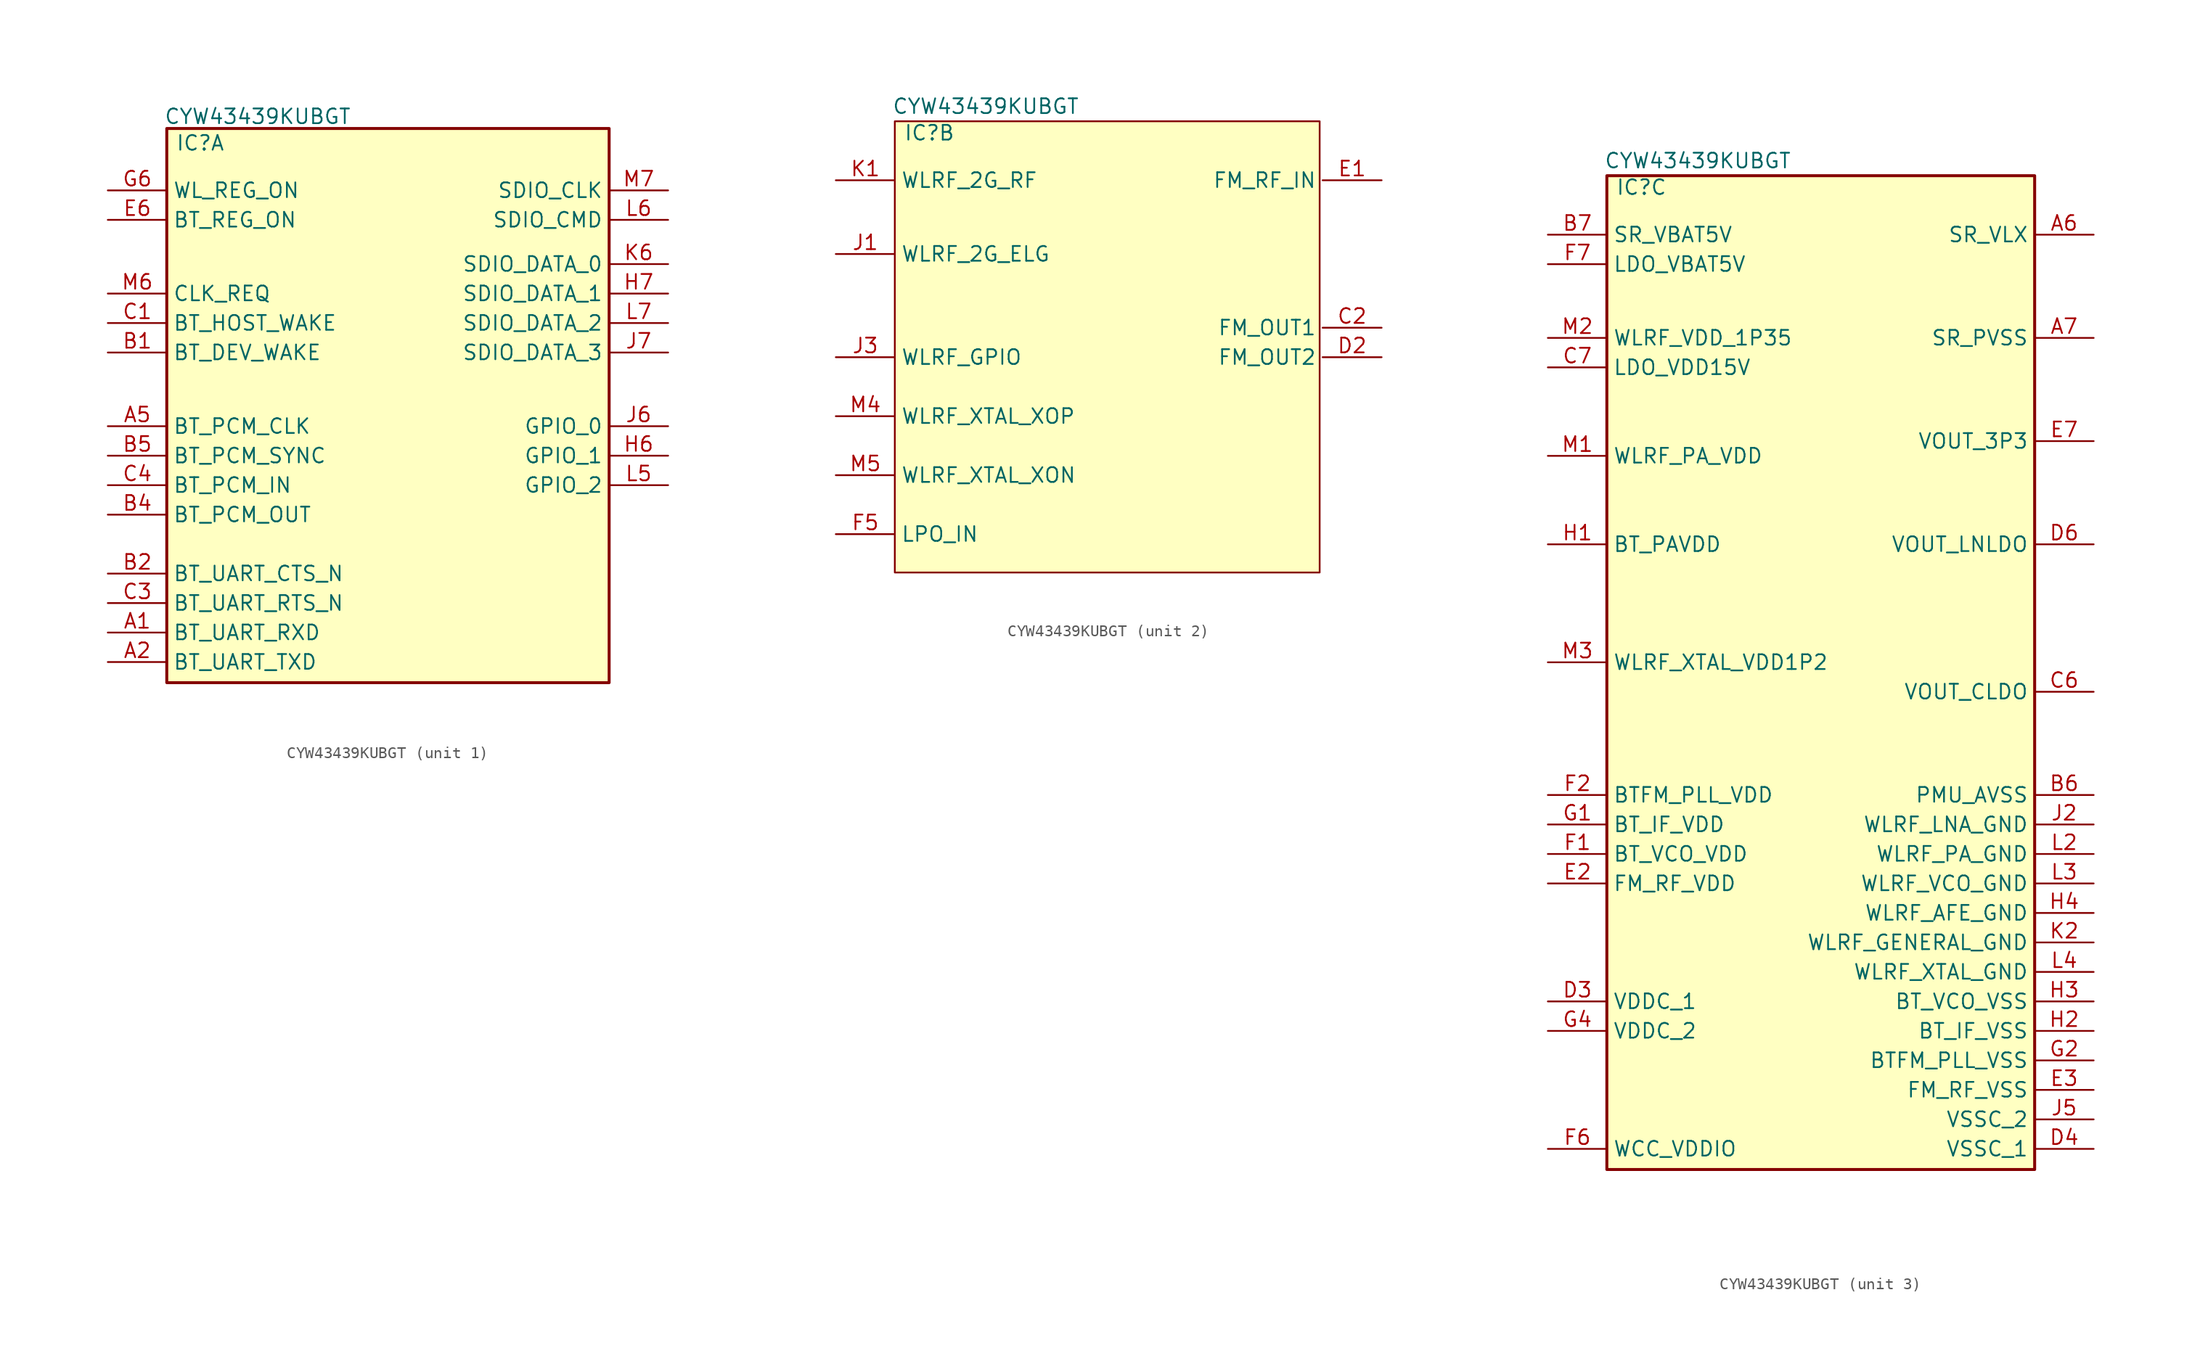
<source format=kicad_sym>
(kicad_symbol_lib
  (version 20231120)
  (generator "kicad_symbol_editor")
  (generator_version "8.0")
  (symbol "CYW43439KUBGT"
    (property "Reference" "IC"
      (at 0.762 -0.254 0)
      (effects (font (size 1.27 1.27)) (justify left top)))
    (property "Value" "CYW43439KUBGT"
      (at -0.254 2.032 0)
      (effects (font (size 1.27 1.27)) (justify left top)))
    (property "ki_locked" ""
      (at 0 0 0)
      (effects (font (size 1.27 1.27))))
    (symbol "CYW43439KUBGT_1_1"
      (rectangle (start 0 0.254) (end 38.1 -47.498) (stroke (width 0.254) (type default) (color 132 0 0 1)) (fill (type background)))
      (pin passive line (at -5.08 -43.18 0) (length 5.08) (name "BT_UART_RXD" (effects (font (size 1.27 1.27)))) (number "A1" (effects (font (size 1.27 1.27)))))
      (pin passive line (at -5.08 -45.72 0) (length 5.08) (name "BT_UART_TXD" (effects (font (size 1.27 1.27)))) (number "A2" (effects (font (size 1.27 1.27)))))
      (pin passive line (at -5.08 -25.4 0) (length 5.08) (name "BT_PCM_CLK" (effects (font (size 1.27 1.27)))) (number "A5" (effects (font (size 1.27 1.27)))))
      (pin passive line (at -5.08 -19.05 0) (length 5.08) (name "BT_DEV_WAKE" (effects (font (size 1.27 1.27)))) (number "B1" (effects (font (size 1.27 1.27)))))
      (pin passive line (at -5.08 -38.1 0) (length 5.08) (name "BT_UART_CTS_N" (effects (font (size 1.27 1.27)))) (number "B2" (effects (font (size 1.27 1.27)))))
      (pin passive line (at -5.08 -33.02 0) (length 5.08) (name "BT_PCM_OUT" (effects (font (size 1.27 1.27)))) (number "B4" (effects (font (size 1.27 1.27)))))
      (pin passive line (at -5.08 -27.94 0) (length 5.08) (name "BT_PCM_SYNC" (effects (font (size 1.27 1.27)))) (number "B5" (effects (font (size 1.27 1.27)))))
      (pin passive line (at -5.08 -16.51 0) (length 5.08) (name "BT_HOST_WAKE" (effects (font (size 1.27 1.27)))) (number "C1" (effects (font (size 1.27 1.27)))))
      (pin passive line (at -5.08 -40.64 0) (length 5.08) (name "BT_UART_RTS_N" (effects (font (size 1.27 1.27)))) (number "C3" (effects (font (size 1.27 1.27)))))
      (pin passive line (at -5.08 -30.48 0) (length 5.08) (name "BT_PCM_IN" (effects (font (size 1.27 1.27)))) (number "C4" (effects (font (size 1.27 1.27)))))
      (pin passive line (at -5.08 -7.62 0) (length 5.08) (name "BT_REG_ON" (effects (font (size 1.27 1.27)))) (number "E6" (effects (font (size 1.27 1.27)))))
      (pin passive line (at -5.08 -5.08 0) (length 5.08) (name "WL_REG_ON" (effects (font (size 1.27 1.27)))) (number "G6" (effects (font (size 1.27 1.27)))))
      (pin passive line (at 43.18 -27.94 180) (length 5.08) (name "GPIO_1" (effects (font (size 1.27 1.27)))) (number "H6" (effects (font (size 1.27 1.27)))))
      (pin passive line (at 43.18 -13.97 180) (length 5.08) (name "SDIO_DATA_1" (effects (font (size 1.27 1.27)))) (number "H7" (effects (font (size 1.27 1.27)))))
      (pin passive line (at 43.18 -25.4 180) (length 5.08) (name "GPIO_0" (effects (font (size 1.27 1.27)))) (number "J6" (effects (font (size 1.27 1.27)))))
      (pin passive line (at 43.18 -19.05 180) (length 5.08) (name "SDIO_DATA_3" (effects (font (size 1.27 1.27)))) (number "J7" (effects (font (size 1.27 1.27)))))
      (pin passive line (at 43.18 -11.43 180) (length 5.08) (name "SDIO_DATA_0" (effects (font (size 1.27 1.27)))) (number "K6" (effects (font (size 1.27 1.27)))))
      (pin passive line (at 43.18 -30.48 180) (length 5.08) (name "GPIO_2" (effects (font (size 1.27 1.27)))) (number "L5" (effects (font (size 1.27 1.27)))))
      (pin passive line (at 43.18 -7.62 180) (length 5.08) (name "SDIO_CMD" (effects (font (size 1.27 1.27)))) (number "L6" (effects (font (size 1.27 1.27)))))
      (pin passive line (at 43.18 -16.51 180) (length 5.08) (name "SDIO_DATA_2" (effects (font (size 1.27 1.27)))) (number "L7" (effects (font (size 1.27 1.27)))))
      (pin passive line (at -5.08 -13.97 0) (length 5.08) (name "CLK_REQ" (effects (font (size 1.27 1.27)))) (number "M6" (effects (font (size 1.27 1.27)))))
      (pin passive line (at 43.18 -5.08 180) (length 5.08) (name "SDIO_CLK" (effects (font (size 1.27 1.27)))) (number "M7" (effects (font (size 1.27 1.27))))))
    (symbol "CYW43439KUBGT_2_1"
      (rectangle (start 0 0) (end 36.576 -38.862) (stroke (width 0) (type default)) (fill (type background)))
      (pin passive line (at 41.91 -17.78 180) (length 5.08) (name "FM_OUT1" (effects (font (size 1.27 1.27)))) (number "C2" (effects (font (size 1.27 1.27)))))
      (pin passive line (at 41.91 -20.32 180) (length 5.08) (name "FM_OUT2" (effects (font (size 1.27 1.27)))) (number "D2" (effects (font (size 1.27 1.27)))))
      (pin passive line (at 41.91 -5.08 180) (length 5.08) (name "FM_RF_IN" (effects (font (size 1.27 1.27)))) (number "E1" (effects (font (size 1.27 1.27)))))
      (pin passive line (at -5.08 -35.56 0) (length 5.08) (name "LPO_IN" (effects (font (size 1.27 1.27)))) (number "F5" (effects (font (size 1.27 1.27)))))
      (pin passive line (at -5.08 -11.43 0) (length 5.08) (name "WLRF_2G_ELG" (effects (font (size 1.27 1.27)))) (number "J1" (effects (font (size 1.27 1.27)))))
      (pin passive line (at -5.08 -20.32 0) (length 5.08) (name "WLRF_GPIO" (effects (font (size 1.27 1.27)))) (number "J3" (effects (font (size 1.27 1.27)))))
      (pin passive line (at -5.08 -5.08 0) (length 5.08) (name "WLRF_2G_RF" (effects (font (size 1.27 1.27)))) (number "K1" (effects (font (size 1.27 1.27)))))
      (pin passive line (at -5.08 -25.4 0) (length 5.08) (name "WLRF_XTAL_XOP" (effects (font (size 1.27 1.27)))) (number "M4" (effects (font (size 1.27 1.27)))))
      (pin passive line (at -5.08 -30.48 0) (length 5.08) (name "WLRF_XTAL_XON" (effects (font (size 1.27 1.27)))) (number "M5" (effects (font (size 1.27 1.27))))))
    (symbol "CYW43439KUBGT_3_1"
      (rectangle (start 0 0) (end 36.83 -85.598) (stroke (width 0.254) (type default)) (fill (type background)))
      (pin passive line (at 41.91 -5.08 180) (length 5.08) (name "SR_VLX" (effects (font (size 1.27 1.27)))) (number "A6" (effects (font (size 1.27 1.27)))))
      (pin passive line (at 41.91 -13.97 180) (length 5.08) (name "SR_PVSS" (effects (font (size 1.27 1.27)))) (number "A7" (effects (font (size 1.27 1.27)))))
      (pin passive line (at 41.91 -53.34 180) (length 5.08) (name "PMU_AVSS" (effects (font (size 1.27 1.27)))) (number "B6" (effects (font (size 1.27 1.27)))))
      (pin passive line (at -5.08 -5.08 0) (length 5.08) (name "SR_VBAT5V" (effects (font (size 1.27 1.27)))) (number "B7" (effects (font (size 1.27 1.27)))))
      (pin passive line (at 41.91 -44.45 180) (length 5.08) (name "VOUT_CLDO" (effects (font (size 1.27 1.27)))) (number "C6" (effects (font (size 1.27 1.27)))))
      (pin passive line (at -5.08 -16.51 0) (length 5.08) (name "LDO_VDD15V" (effects (font (size 1.27 1.27)))) (number "C7" (effects (font (size 1.27 1.27)))))
      (pin passive line (at -5.08 -71.12 0) (length 5.08) (name "VDDC_1" (effects (font (size 1.27 1.27)))) (number "D3" (effects (font (size 1.27 1.27)))))
      (pin passive line (at 41.91 -83.82 180) (length 5.08) (name "VSSC_1" (effects (font (size 1.27 1.27)))) (number "D4" (effects (font (size 1.27 1.27)))))
      (pin passive line (at 41.91 -31.75 180) (length 5.08) (name "VOUT_LNLDO" (effects (font (size 1.27 1.27)))) (number "D6" (effects (font (size 1.27 1.27)))))
      (pin passive line (at -5.08 -60.96 0) (length 5.08) (name "FM_RF_VDD" (effects (font (size 1.27 1.27)))) (number "E2" (effects (font (size 1.27 1.27)))))
      (pin passive line (at 41.91 -78.74 180) (length 5.08) (name "FM_RF_VSS" (effects (font (size 1.27 1.27)))) (number "E3" (effects (font (size 1.27 1.27)))))
      (pin passive line (at 41.91 -22.86 180) (length 5.08) (name "VOUT_3P3" (effects (font (size 1.27 1.27)))) (number "E7" (effects (font (size 1.27 1.27)))))
      (pin passive line (at -5.08 -58.42 0) (length 5.08) (name "BT_VCO_VDD" (effects (font (size 1.27 1.27)))) (number "F1" (effects (font (size 1.27 1.27)))))
      (pin passive line (at -5.08 -53.34 0) (length 5.08) (name "BTFM_PLL_VDD" (effects (font (size 1.27 1.27)))) (number "F2" (effects (font (size 1.27 1.27)))))
      (pin passive line (at -5.08 -83.82 0) (length 5.08) (name "WCC_VDDIO" (effects (font (size 1.27 1.27)))) (number "F6" (effects (font (size 1.27 1.27)))))
      (pin passive line (at -5.08 -7.62 0) (length 5.08) (name "LDO_VBAT5V" (effects (font (size 1.27 1.27)))) (number "F7" (effects (font (size 1.27 1.27)))))
      (pin passive line (at -5.08 -55.88 0) (length 5.08) (name "BT_IF_VDD" (effects (font (size 1.27 1.27)))) (number "G1" (effects (font (size 1.27 1.27)))))
      (pin passive line (at 41.91 -76.2 180) (length 5.08) (name "BTFM_PLL_VSS" (effects (font (size 1.27 1.27)))) (number "G2" (effects (font (size 1.27 1.27)))))
      (pin passive line (at -5.08 -73.66 0) (length 5.08) (name "VDDC_2" (effects (font (size 1.27 1.27)))) (number "G4" (effects (font (size 1.27 1.27)))))
      (pin passive line (at -5.08 -31.75 0) (length 5.08) (name "BT_PAVDD" (effects (font (size 1.27 1.27)))) (number "H1" (effects (font (size 1.27 1.27)))))
      (pin passive line (at 41.91 -73.66 180) (length 5.08) (name "BT_IF_VSS" (effects (font (size 1.27 1.27)))) (number "H2" (effects (font (size 1.27 1.27)))))
      (pin passive line (at 41.91 -71.12 180) (length 5.08) (name "BT_VCO_VSS" (effects (font (size 1.27 1.27)))) (number "H3" (effects (font (size 1.27 1.27)))))
      (pin passive line (at 41.91 -63.5 180) (length 5.08) (name "WLRF_AFE_GND" (effects (font (size 1.27 1.27)))) (number "H4" (effects (font (size 1.27 1.27)))))
      (pin passive line (at 41.91 -55.88 180) (length 5.08) (name "WLRF_LNA_GND" (effects (font (size 1.27 1.27)))) (number "J2" (effects (font (size 1.27 1.27)))))
      (pin passive line (at 41.91 -81.28 180) (length 5.08) (name "VSSC_2" (effects (font (size 1.27 1.27)))) (number "J5" (effects (font (size 1.27 1.27)))))
      (pin passive line (at 41.91 -66.04 180) (length 5.08) (name "WLRF_GENERAL_GND" (effects (font (size 1.27 1.27)))) (number "K2" (effects (font (size 1.27 1.27)))))
      (pin passive line (at 41.91 -58.42 180) (length 5.08) (name "WLRF_PA_GND" (effects (font (size 1.27 1.27)))) (number "L2" (effects (font (size 1.27 1.27)))))
      (pin passive line (at 41.91 -60.96 180) (length 5.08) (name "WLRF_VCO_GND" (effects (font (size 1.27 1.27)))) (number "L3" (effects (font (size 1.27 1.27)))))
      (pin passive line (at 41.91 -68.58 180) (length 5.08) (name "WLRF_XTAL_GND" (effects (font (size 1.27 1.27)))) (number "L4" (effects (font (size 1.27 1.27)))))
      (pin passive line (at -5.08 -24.13 0) (length 5.08) (name "WLRF_PA_VDD" (effects (font (size 1.27 1.27)))) (number "M1" (effects (font (size 1.27 1.27)))))
      (pin passive line (at -5.08 -13.97 0) (length 5.08) (name "WLRF_VDD_1P35" (effects (font (size 1.27 1.27)))) (number "M2" (effects (font (size 1.27 1.27)))))
      (pin passive line (at -5.08 -41.91 0) (length 5.08) (name "WLRF_XTAL_VDD1P2" (effects (font (size 1.27 1.27)))) (number "M3" (effects (font (size 1.27 1.27))))))))
</source>
